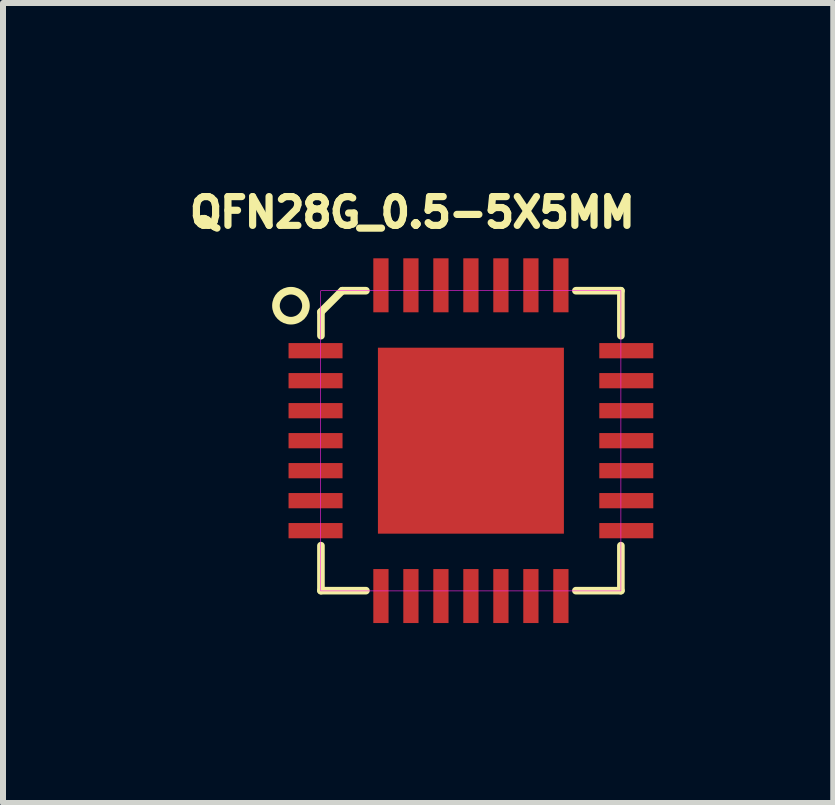
<source format=kicad_pcb>
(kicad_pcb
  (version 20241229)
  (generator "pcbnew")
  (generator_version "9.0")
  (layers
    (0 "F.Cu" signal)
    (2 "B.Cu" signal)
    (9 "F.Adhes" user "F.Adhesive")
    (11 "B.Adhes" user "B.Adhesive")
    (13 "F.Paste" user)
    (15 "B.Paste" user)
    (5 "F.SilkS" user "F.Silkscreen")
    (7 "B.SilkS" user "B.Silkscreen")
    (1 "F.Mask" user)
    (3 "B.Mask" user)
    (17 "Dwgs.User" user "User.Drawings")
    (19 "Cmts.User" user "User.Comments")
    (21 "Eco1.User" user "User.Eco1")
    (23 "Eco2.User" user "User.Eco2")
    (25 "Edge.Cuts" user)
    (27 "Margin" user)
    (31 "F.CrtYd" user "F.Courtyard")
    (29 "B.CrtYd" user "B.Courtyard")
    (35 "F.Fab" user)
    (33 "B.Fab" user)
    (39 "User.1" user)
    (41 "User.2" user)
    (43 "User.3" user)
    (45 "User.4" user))
  (footprint "QFN28G_0.5-5X5MM"
    (layer "F.Cu")
    (at 4.8 4.296)
    (property "Reference" "QFN28G_0.5-5X5MM" (at -0.976 -3.805 0) (layer "F.SilkS") (effects (font (size 0.48 0.48) (thickness 0.15))))
    (attr smd)
    (fp_line (start -2.5 -2.146) (end -2.5 -1.75) (stroke (width 0.127) (type solid)) (layer "F.SilkS"))
    (fp_line (start -2.5 1.75) (end -2.5 2.5) (stroke (width 0.127) (type solid)) (layer "F.SilkS"))
    (fp_line (start -2.5 2.5) (end -1.75 2.5) (stroke (width 0.127) (type solid)) (layer "F.SilkS"))
    (fp_line (start -2.146 -2.5) (end -2.5 -2.146) (stroke (width 0.127) (type solid)) (layer "F.SilkS"))
    (fp_line (start -1.75 -2.5) (end -2.146 -2.5) (stroke (width 0.127) (type solid)) (layer "F.SilkS"))
    (fp_line (start 1.75 -2.5) (end 2.5 -2.5) (stroke (width 0.127) (type solid)) (layer "F.SilkS"))
    (fp_line (start 1.75 2.5) (end 2.5 2.5) (stroke (width 0.127) (type solid)) (layer "F.SilkS"))
    (fp_line (start 2.5 -2.5) (end 2.5 -1.75) (stroke (width 0.127) (type solid)) (layer "F.SilkS"))
    (fp_line (start 2.5 2.5) (end 2.5 1.75) (stroke (width 0.127) (type solid)) (layer "F.SilkS"))
    (fp_circle (center -3 -2.25) (end -2.75 -2.25) (stroke (width 0.127) (type solid)) (fill no) (layer "F.SilkS"))
    (fp_poly (pts (xy -1.502 0.25) (xy -0.25 0.25) (xy -0.25 1.502) (xy -1.502 1.502)) (stroke (width 0.01) (type solid)) (fill yes) (layer "F.Paste"))
    (fp_poly (pts (xy -1.501 -1.5) (xy -0.25 -1.5) (xy -0.25 -0.25) (xy -1.501 -0.25)) (stroke (width 0.01) (type solid)) (fill yes) (layer "F.Paste"))
    (fp_poly (pts (xy 0.25 0.25) (xy 1.5 0.25) (xy 1.5 1.5) (xy 0.25 1.5)) (stroke (width 0.01) (type solid)) (fill yes) (layer "F.Paste"))
    (fp_poly (pts (xy 0.25 -1.5) (xy 1.5 -1.5) (xy 1.5 -0.25) (xy 0.25 -0.25)) (stroke (width 0.01) (type solid)) (fill yes) (layer "F.Paste"))
    (fp_poly (pts (xy -2.504 -2.5) (xy 2.5 -2.5) (xy 2.5 2.504) (xy -2.504 2.504)) (stroke (width 0.01) (type solid)) (fill no) (layer "F.CrtYd"))
    (pad "1" smd rect (at -2.59 -1.5) (size 0.9 0.254) (layers "F.Cu" "F.Mask" "F.Paste"))
    (pad "2" smd rect (at -2.59 -1) (size 0.9 0.254) (layers "F.Cu" "F.Mask" "F.Paste"))
    (pad "3" smd rect (at -2.59 -0.5) (size 0.9 0.254) (layers "F.Cu" "F.Mask" "F.Paste"))
    (pad "4" smd rect (at -2.59 0) (size 0.9 0.254) (layers "F.Cu" "F.Mask" "F.Paste"))
    (pad "5" smd rect (at -2.59 0.5) (size 0.9 0.254) (layers "F.Cu" "F.Mask" "F.Paste"))
    (pad "6" smd rect (at -2.59 1) (size 0.9 0.254) (layers "F.Cu" "F.Mask" "F.Paste"))
    (pad "7" smd rect (at -2.59 1.5) (size 0.9 0.254) (layers "F.Cu" "F.Mask" "F.Paste"))
    (pad "8" smd rect (at -1.5 2.59) (size 0.254 0.9) (layers "F.Cu" "F.Mask" "F.Paste"))
    (pad "9" smd rect (at -1 2.59) (size 0.254 0.9) (layers "F.Cu" "F.Mask" "F.Paste"))
    (pad "10" smd rect (at -0.5 2.59) (size 0.254 0.9) (layers "F.Cu" "F.Mask" "F.Paste"))
    (pad "11" smd rect (at 0 2.59) (size 0.254 0.9) (layers "F.Cu" "F.Mask" "F.Paste"))
    (pad "12" smd rect (at 0.5 2.59) (size 0.254 0.9) (layers "F.Cu" "F.Mask" "F.Paste"))
    (pad "13" smd rect (at 1 2.59) (size 0.254 0.9) (layers "F.Cu" "F.Mask" "F.Paste"))
    (pad "14" smd rect (at 1.5 2.59) (size 0.254 0.9) (layers "F.Cu" "F.Mask" "F.Paste"))
    (pad "15" smd rect (at 2.59 1.5) (size 0.9 0.254) (layers "F.Cu" "F.Mask" "F.Paste"))
    (pad "16" smd rect (at 2.59 1) (size 0.9 0.254) (layers "F.Cu" "F.Mask" "F.Paste"))
    (pad "17" smd rect (at 2.59 0.5) (size 0.9 0.254) (layers "F.Cu" "F.Mask" "F.Paste"))
    (pad "18" smd rect (at 2.59 0) (size 0.9 0.254) (layers "F.Cu" "F.Mask" "F.Paste"))
    (pad "19" smd rect (at 2.59 -0.5) (size 0.9 0.254) (layers "F.Cu" "F.Mask" "F.Paste"))
    (pad "20" smd rect (at 2.59 -1) (size 0.9 0.254) (layers "F.Cu" "F.Mask" "F.Paste"))
    (pad "21" smd rect (at 2.59 -1.5) (size 0.9 0.254) (layers "F.Cu" "F.Mask" "F.Paste"))
    (pad "22" smd rect (at 1.5 -2.59) (size 0.254 0.9) (layers "F.Cu" "F.Mask" "F.Paste"))
    (pad "23" smd rect (at 1 -2.59) (size 0.254 0.9) (layers "F.Cu" "F.Mask" "F.Paste"))
    (pad "24" smd rect (at 0.5 -2.59) (size 0.254 0.9) (layers "F.Cu" "F.Mask" "F.Paste"))
    (pad "25" smd rect (at 0 -2.59) (size 0.254 0.9) (layers "F.Cu" "F.Mask" "F.Paste"))
    (pad "26" smd rect (at -0.5 -2.59) (size 0.254 0.9) (layers "F.Cu" "F.Mask" "F.Paste"))
    (pad "27" smd rect (at -1 -2.59) (size 0.254 0.9) (layers "F.Cu" "F.Mask" "F.Paste"))
    (pad "28" smd rect (at -1.5 -2.59) (size 0.254 0.9) (layers "F.Cu" "F.Mask" "F.Paste"))
    (pad "29" smd rect (at 0 0) (size 3.1 3.1) (layers "F.Cu" "F.Mask")))
  (gr_rect
    (start -3 -3)
    (end 10.84 10.336)
    (stroke (width 0.1) (type default))
    (fill no)
    (layer "Edge.Cuts")))
</source>
